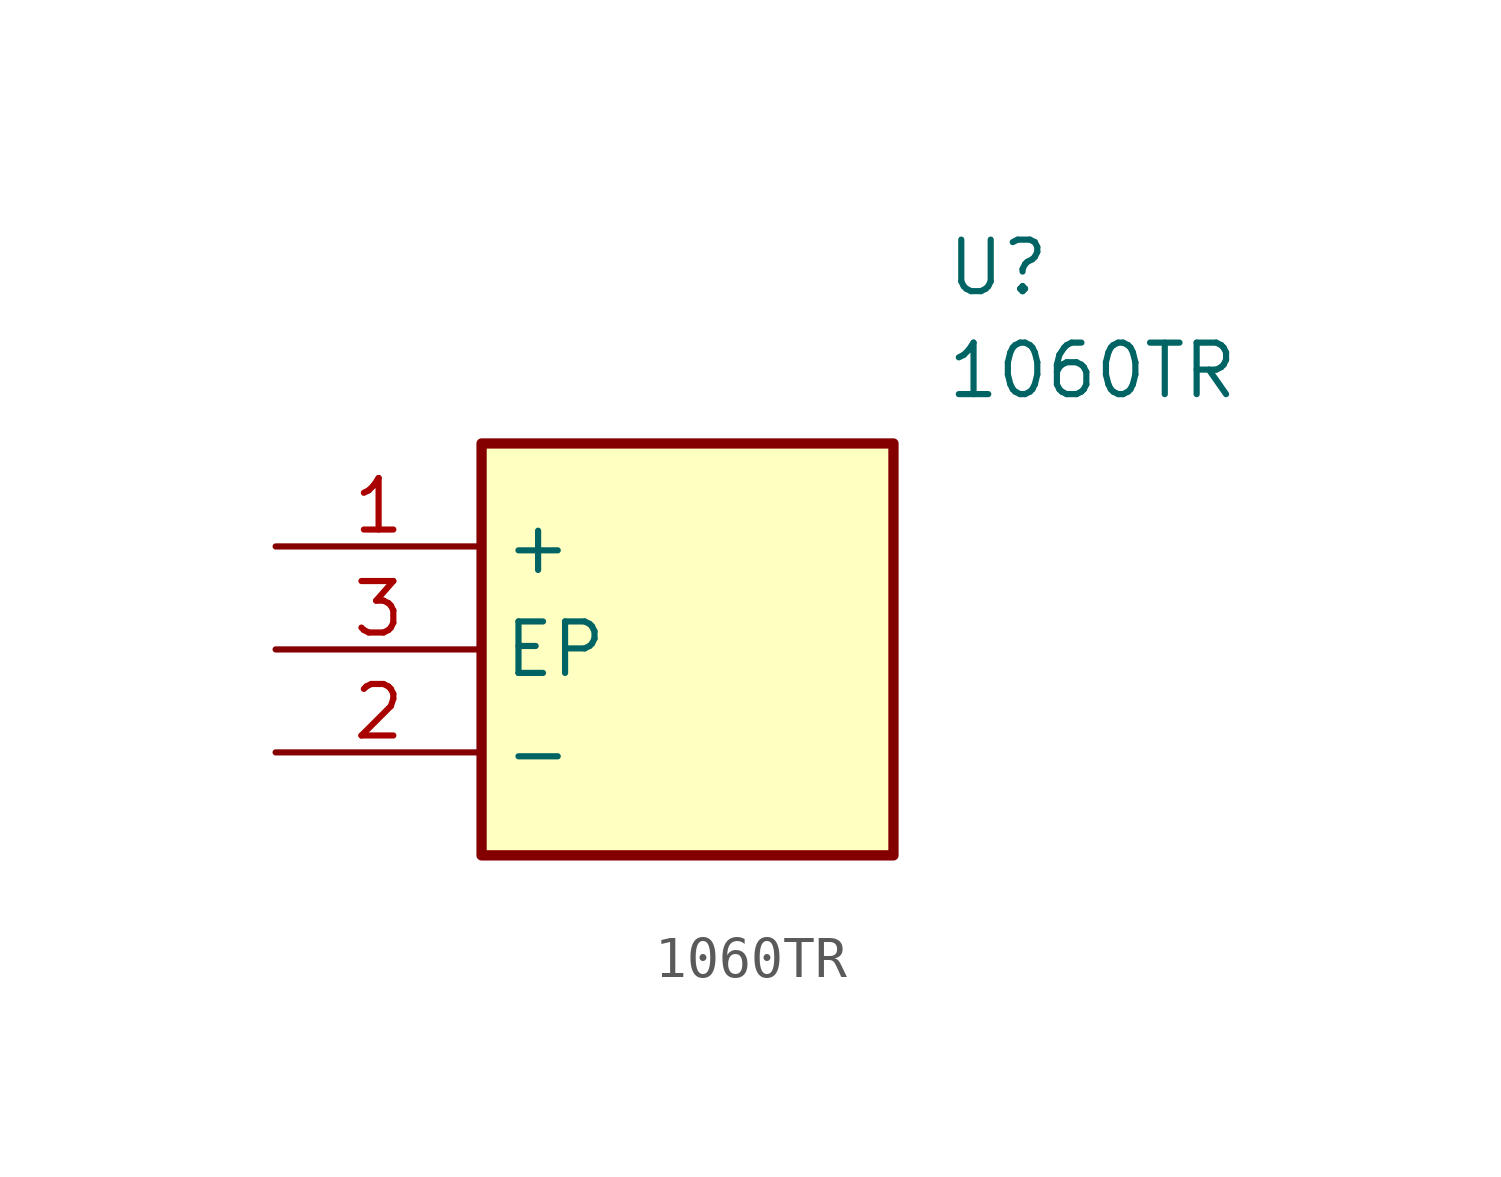
<source format=kicad_sym>
(kicad_symbol_lib
  (version 20211014)
  (generator kicad_symbol_editor)
  (symbol "1060TR"
    (property "Reference" "U"
      (at 16.51 7.62 0)
      (effects (font (size 1.27 1.27)) (justify left top)))
    (property "Value" "1060TR"
      (at 16.51 5.08 0)
      (effects (font (size 1.27 1.27)) (justify left top)))
    (rectangle
      (start 5.08 2.54)
      (end 15.24 -7.62)
      (stroke (width 0.254) (type default))
      (fill (type background)))
    (pin passive line
      (at 0 0 0)
      (length 5.08)
      (name "+" (effects (font (size 1.27 1.27))))
      (number "1" (effects (font (size 1.27 1.27)))))
    (pin passive line
      (at 0 -5.08 0)
      (length 5.08)
      (name "-" (effects (font (size 1.27 1.27))))
      (number "2" (effects (font (size 1.27 1.27)))))
    (pin passive line
      (at 0 -2.54 0)
      (length 5.08)
      (name "EP" (effects (font (size 1.27 1.27))))
      (number "3" (effects (font (size 1.27 1.27)))))))
</source>
